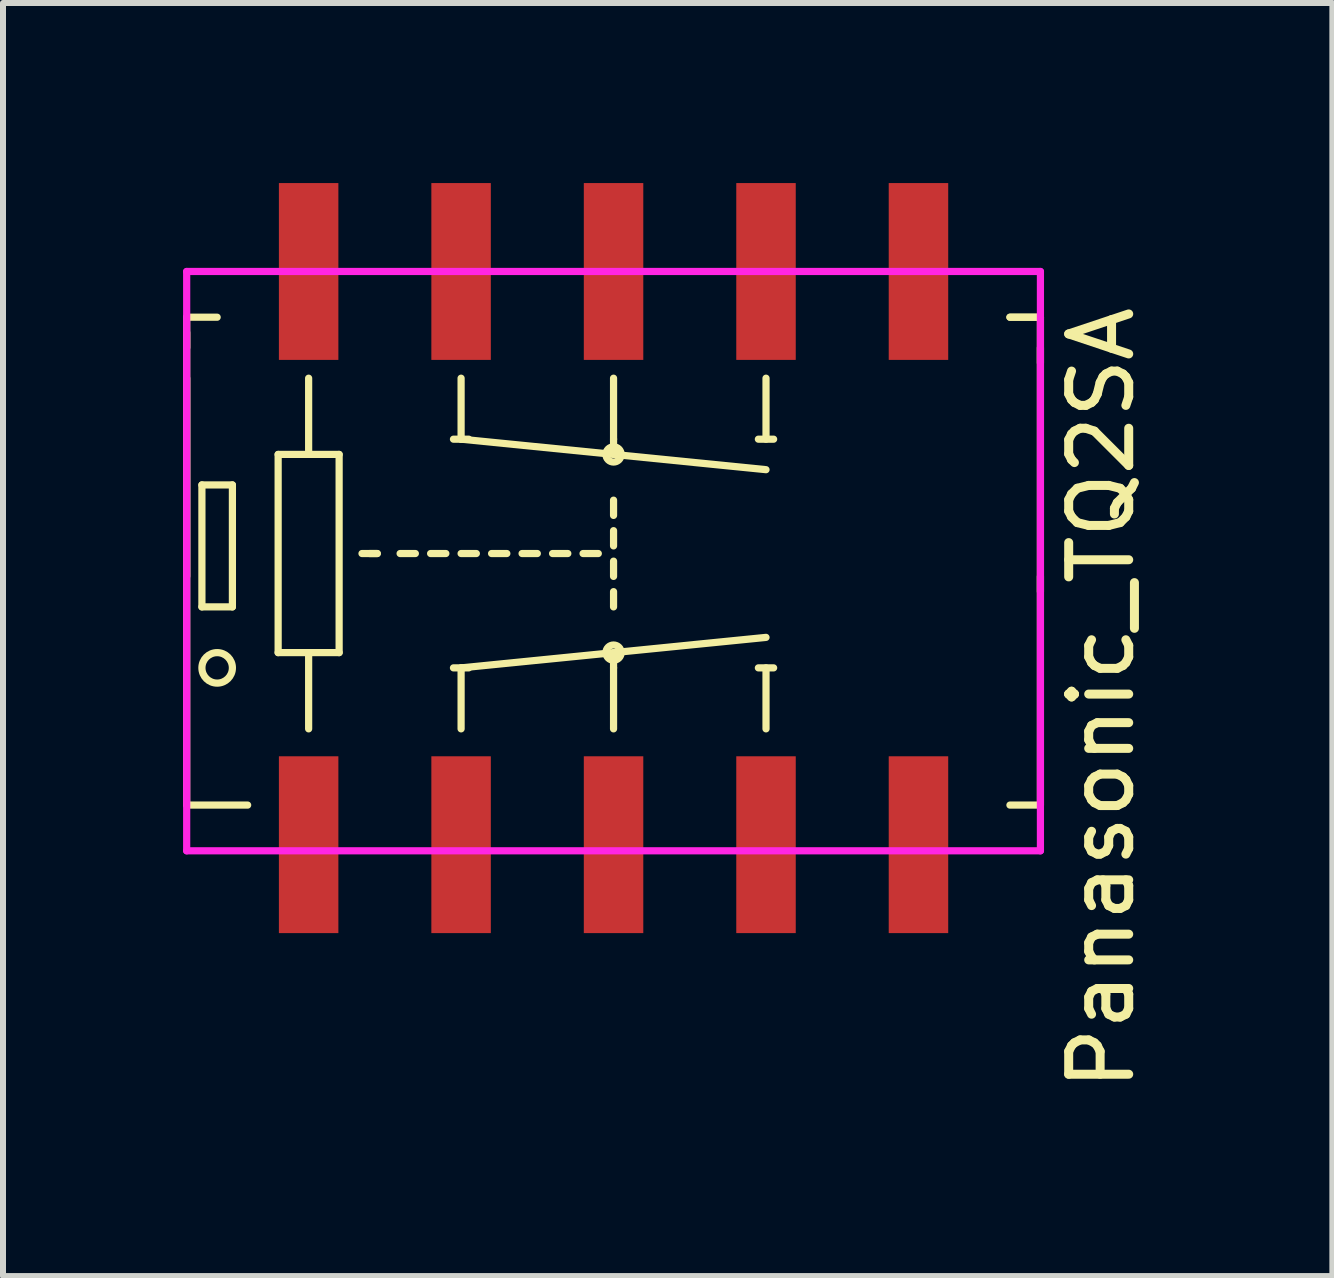
<source format=kicad_pcb>
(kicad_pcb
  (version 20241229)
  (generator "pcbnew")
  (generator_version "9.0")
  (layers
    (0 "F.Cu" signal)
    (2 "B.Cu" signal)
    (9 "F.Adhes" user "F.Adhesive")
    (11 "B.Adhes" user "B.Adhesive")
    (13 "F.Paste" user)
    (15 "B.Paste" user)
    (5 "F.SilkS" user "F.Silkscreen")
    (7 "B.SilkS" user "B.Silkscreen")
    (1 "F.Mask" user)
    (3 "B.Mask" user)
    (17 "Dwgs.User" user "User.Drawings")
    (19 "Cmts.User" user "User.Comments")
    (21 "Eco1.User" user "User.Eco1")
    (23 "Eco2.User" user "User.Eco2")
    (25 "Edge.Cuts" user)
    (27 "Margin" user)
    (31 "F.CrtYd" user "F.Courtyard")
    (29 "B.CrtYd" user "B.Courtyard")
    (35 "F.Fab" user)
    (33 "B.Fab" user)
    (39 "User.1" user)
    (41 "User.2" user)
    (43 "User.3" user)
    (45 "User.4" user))
  (footprint "Panasonic_TQ2SA"
    (layer "F.Cu")
    (at 7.172 6.553)
    (property "Reference" "Panasonic_TQ2SA" (at 8.128 2.032 90) (layer "F.SilkS") (effects (font (size 1 1) (thickness 0.15))))
    (attr through_hole)
    (fp_line (start -7.112 -4.318) (end -6.604 -4.318) (stroke (width 0.12) (type solid)) (layer "F.SilkS"))
    (fp_line (start -7.112 -3.81) (end -7.112 -4.064) (stroke (width 0.12) (type solid)) (layer "F.SilkS"))
    (fp_line (start -7.112 -3.302) (end -7.112 3.81) (stroke (width 0.12) (type solid)) (layer "F.SilkS"))
    (fp_line (start -7.112 0) (end -7.112 -4.318) (stroke (width 0.12) (type solid)) (layer "F.SilkS"))
    (fp_line (start -7.112 3.81) (end -6.096 3.81) (stroke (width 0.12) (type solid)) (layer "F.SilkS"))
    (fp_line (start -6.858 -1.524) (end -6.35 -1.524) (stroke (width 0.12) (type solid)) (layer "F.SilkS"))
    (fp_line (start -6.858 0.508) (end -6.858 -1.524) (stroke (width 0.12) (type solid)) (layer "F.SilkS"))
    (fp_line (start -6.35 -1.524) (end -6.35 0.508) (stroke (width 0.12) (type solid)) (layer "F.SilkS"))
    (fp_line (start -6.35 0.508) (end -6.858 0.508) (stroke (width 0.12) (type solid)) (layer "F.SilkS"))
    (fp_line (start -5.588 -2.032) (end -5.588 1.27) (stroke (width 0.12) (type solid)) (layer "F.SilkS"))
    (fp_line (start -5.588 -2.032) (end -4.572 -2.032) (stroke (width 0.12) (type solid)) (layer "F.SilkS"))
    (fp_line (start -5.588 1.27) (end -4.572 1.27) (stroke (width 0.12) (type solid)) (layer "F.SilkS"))
    (fp_line (start -5.08 -3.302) (end -5.08 -2.032) (stroke (width 0.12) (type solid)) (layer "F.SilkS"))
    (fp_line (start -5.08 1.27) (end -5.08 2.54) (stroke (width 0.12) (type solid)) (layer "F.SilkS"))
    (fp_line (start -4.572 1.27) (end -4.572 -2.032) (stroke (width 0.12) (type solid)) (layer "F.SilkS"))
    (fp_line (start -4.064 -0.381) (end -3.937 -0.381) (stroke (width 0.12) (type solid)) (layer "F.SilkS"))
    (fp_line (start -3.937 -0.381) (end -4.191 -0.381) (stroke (width 0.12) (type solid)) (layer "F.SilkS"))
    (fp_line (start -3.302 -0.381) (end -3.556 -0.381) (stroke (width 0.12) (type solid)) (layer "F.SilkS"))
    (fp_line (start -3.048 -0.381) (end -2.794 -0.381) (stroke (width 0.12) (type solid)) (layer "F.SilkS"))
    (fp_line (start -2.667 -2.286) (end -2.413 -2.286) (stroke (width 0.12) (type solid)) (layer "F.SilkS"))
    (fp_line (start -2.667 1.524) (end -2.413 1.524) (stroke (width 0.12) (type solid)) (layer "F.SilkS"))
    (fp_line (start -2.54 -3.302) (end -2.54 -2.286) (stroke (width 0.12) (type solid)) (layer "F.SilkS"))
    (fp_line (start -2.54 -2.286) (end 2.54 -1.778) (stroke (width 0.12) (type solid)) (layer "F.SilkS"))
    (fp_line (start -2.54 1.524) (end 2.54 1.016) (stroke (width 0.12) (type solid)) (layer "F.SilkS"))
    (fp_line (start -2.54 2.54) (end -2.54 1.524) (stroke (width 0.12) (type solid)) (layer "F.SilkS"))
    (fp_line (start -2.286 -0.381) (end -2.54 -0.381) (stroke (width 0.12) (type solid)) (layer "F.SilkS"))
    (fp_line (start -1.778 -0.381) (end -2.032 -0.381) (stroke (width 0.12) (type solid)) (layer "F.SilkS"))
    (fp_line (start -1.27 -0.381) (end -1.524 -0.381) (stroke (width 0.12) (type solid)) (layer "F.SilkS"))
    (fp_line (start -0.762 -0.381) (end -1.016 -0.381) (stroke (width 0.12) (type solid)) (layer "F.SilkS"))
    (fp_line (start -0.508 -0.381) (end -0.254 -0.381) (stroke (width 0.12) (type solid)) (layer "F.SilkS"))
    (fp_line (start 0 -3.302) (end 0 -2.286) (stroke (width 0.12) (type solid)) (layer "F.SilkS"))
    (fp_line (start 0 -2.286) (end 0 -2.032) (stroke (width 0.12) (type solid)) (layer "F.SilkS"))
    (fp_line (start 0 -1.27) (end 0 -1.016) (stroke (width 0.12) (type solid)) (layer "F.SilkS"))
    (fp_line (start 0 -0.762) (end 0 -0.508) (stroke (width 0.12) (type solid)) (layer "F.SilkS"))
    (fp_line (start 0 0) (end 0 -0.254) (stroke (width 0.12) (type solid)) (layer "F.SilkS"))
    (fp_line (start 0 0.508) (end 0 0.254) (stroke (width 0.12) (type solid)) (layer "F.SilkS"))
    (fp_line (start 0 1.524) (end 0 1.27) (stroke (width 0.12) (type solid)) (layer "F.SilkS"))
    (fp_line (start 0 2.54) (end 0 1.524) (stroke (width 0.12) (type solid)) (layer "F.SilkS"))
    (fp_line (start 2.413 -2.286) (end 2.667 -2.286) (stroke (width 0.12) (type solid)) (layer "F.SilkS"))
    (fp_line (start 2.413 1.524) (end 2.667 1.524) (stroke (width 0.12) (type solid)) (layer "F.SilkS"))
    (fp_line (start 2.54 -3.302) (end 2.54 -2.286) (stroke (width 0.12) (type solid)) (layer "F.SilkS"))
    (fp_line (start 2.54 2.54) (end 2.54 1.524) (stroke (width 0.12) (type solid)) (layer "F.SilkS"))
    (fp_line (start 6.604 -4.318) (end 7.112 -4.318) (stroke (width 0.12) (type solid)) (layer "F.SilkS"))
    (fp_line (start 7.112 -4.318) (end 6.604 -4.318) (stroke (width 0.12) (type solid)) (layer "F.SilkS"))
    (fp_line (start 7.112 -4.318) (end 7.112 -3.556) (stroke (width 0.12) (type solid)) (layer "F.SilkS"))
    (fp_line (start 7.112 0) (end 7.112 3.81) (stroke (width 0.12) (type solid)) (layer "F.SilkS"))
    (fp_line (start 7.112 0.254) (end 7.112 -3.81) (stroke (width 0.12) (type solid)) (layer "F.SilkS"))
    (fp_line (start 7.112 3.81) (end 6.604 3.81) (stroke (width 0.12) (type solid)) (layer "F.SilkS"))
    (fp_circle (center -6.604 1.524) (end -6.35 1.524) (stroke (width 0.12) (type solid)) (fill no) (layer "F.SilkS"))
    (fp_circle (center 0 -2.032) (end -0.127 -2.032) (stroke (width 0.12) (type solid)) (fill no) (layer "F.SilkS"))
    (fp_circle (center 0 1.27) (end 0.127 1.27) (stroke (width 0.12) (type solid)) (fill no) (layer "F.SilkS"))
    (fp_line (start -7.112 -5.08) (end -7.112 4.572) (stroke (width 0.12) (type solid)) (layer "F.CrtYd"))
    (fp_line (start -7.112 4.572) (end 7.112 4.572) (stroke (width 0.12) (type solid)) (layer "F.CrtYd"))
    (fp_line (start 7.112 -5.08) (end -7.112 -5.08) (stroke (width 0.12) (type solid)) (layer "F.CrtYd"))
    (fp_line (start 7.112 4.572) (end 7.112 -5.08) (stroke (width 0.12) (type solid)) (layer "F.CrtYd"))
    (pad "1" smd rect (at -5.08 4.47) (size 0.991 2.946) (layers "F.Cu" "F.Mask" "F.Paste"))
    (pad "2" smd rect (at -2.54 4.47) (size 0.991 2.946) (layers "F.Cu" "F.Mask" "F.Paste"))
    (pad "3" smd rect (at 0 4.47) (size 0.991 2.946) (layers "F.Cu" "F.Mask" "F.Paste"))
    (pad "4" smd rect (at 2.54 4.47) (size 0.991 2.946) (layers "F.Cu" "F.Mask" "F.Paste"))
    (pad "5" smd rect (at 5.08 -5.08) (size 0.991 2.946) (layers "F.Cu" "F.Mask" "F.Paste"))
    (pad "6" smd rect (at 5.08 4.47) (size 0.991 2.946) (layers "F.Cu" "F.Mask" "F.Paste"))
    (pad "7" smd rect (at 2.54 -5.08) (size 0.991 2.946) (layers "F.Cu" "F.Mask" "F.Paste"))
    (pad "8" smd rect (at 0 -5.08) (size 0.991 2.946) (layers "F.Cu" "F.Mask" "F.Paste"))
    (pad "9" smd rect (at -2.54 -5.08) (size 0.991 2.946) (layers "F.Cu" "F.Mask" "F.Paste"))
    (pad "10" smd rect (at -5.08 -5.08) (size 0.991 2.946) (layers "F.Cu" "F.Mask" "F.Paste")))
  (gr_rect
    (start -3 -3)
    (end 19.148 18.21)
    (stroke (width 0.1) (type default))
    (fill no)
    (layer "Edge.Cuts")))
</source>
